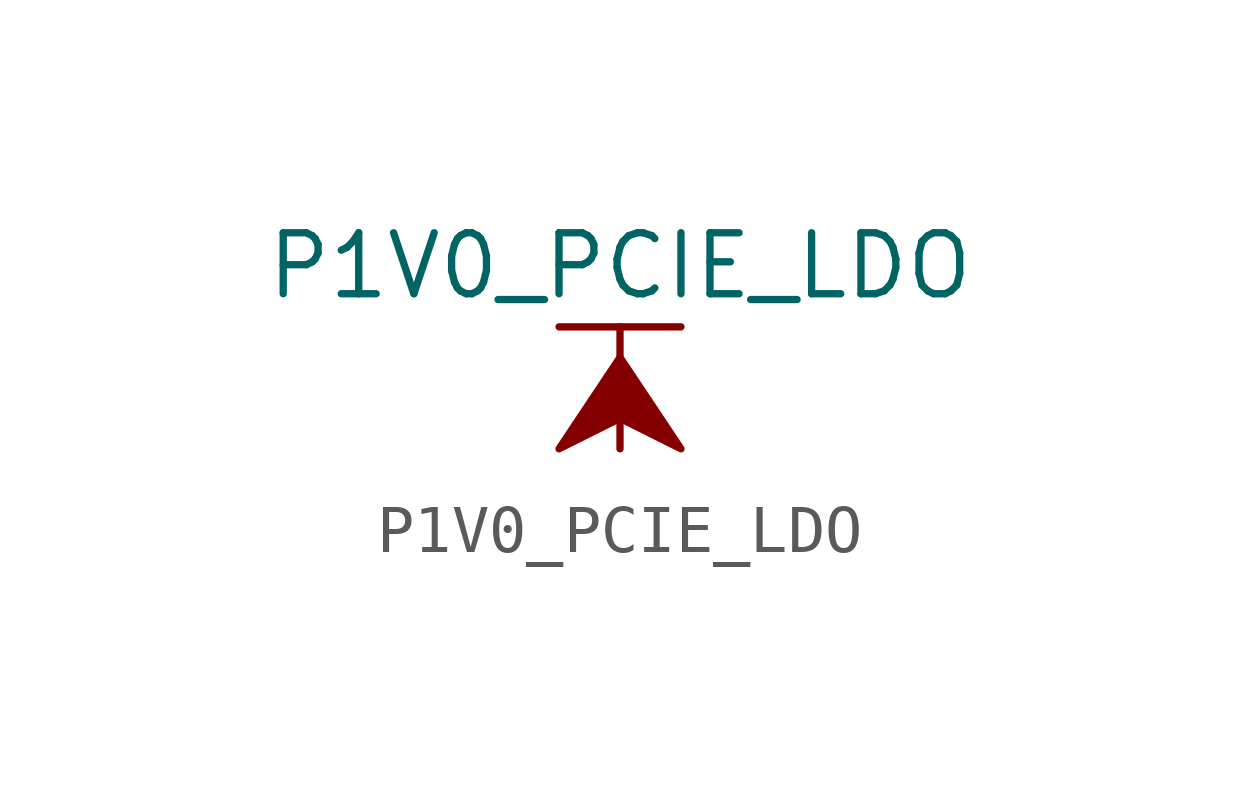
<source format=kicad_sym>
(kicad_symbol_lib
  (version 20211014)
  (generator kicad_symbol_editor)
  (symbol "P1V0_PCIE_LDO"
    (power)
    (pin_names
      (offset 0))
    (property "Reference" "#PWR"
      (at 0 -3.81 0)
      (effects (font (size 1.27 1.27)) hide))
    (property "Value" "P1V0_PCIE_LDO"
      (at 0 3.81 0)
      (effects (font (size 1.27 1.27))))
    (symbol "P1V0_PCIE_LDO_0_1"
      (polyline (pts (xy -1.27 2.54) (xy 1.27 2.54)) (stroke (width 0.152) (type default) (color 0 0 0 0)) (fill (type none)))
      (polyline (pts (xy 0 0) (xy 0 2.54)) (stroke (width 0.152) (type default) (color 0 0 0 0)) (fill (type none)))
      (polyline (pts (xy 0 1.905) (xy -1.27 0) (xy 0 0.635) (xy 1.27 0) (xy 0 1.905)) (stroke (width 0.152) (type default) (color 0 0 0 0)) (fill (type outline))))
    (symbol "P1V0_PCIE_LDO_1_1"
      (pin power_in line (at 0 0 90) (length 0) hide (name "P1V0_PCIE_LDO" (effects (font (size 1.27 1.27)))) (number "1" (effects (font (size 1.27 1.27))))))))
</source>
